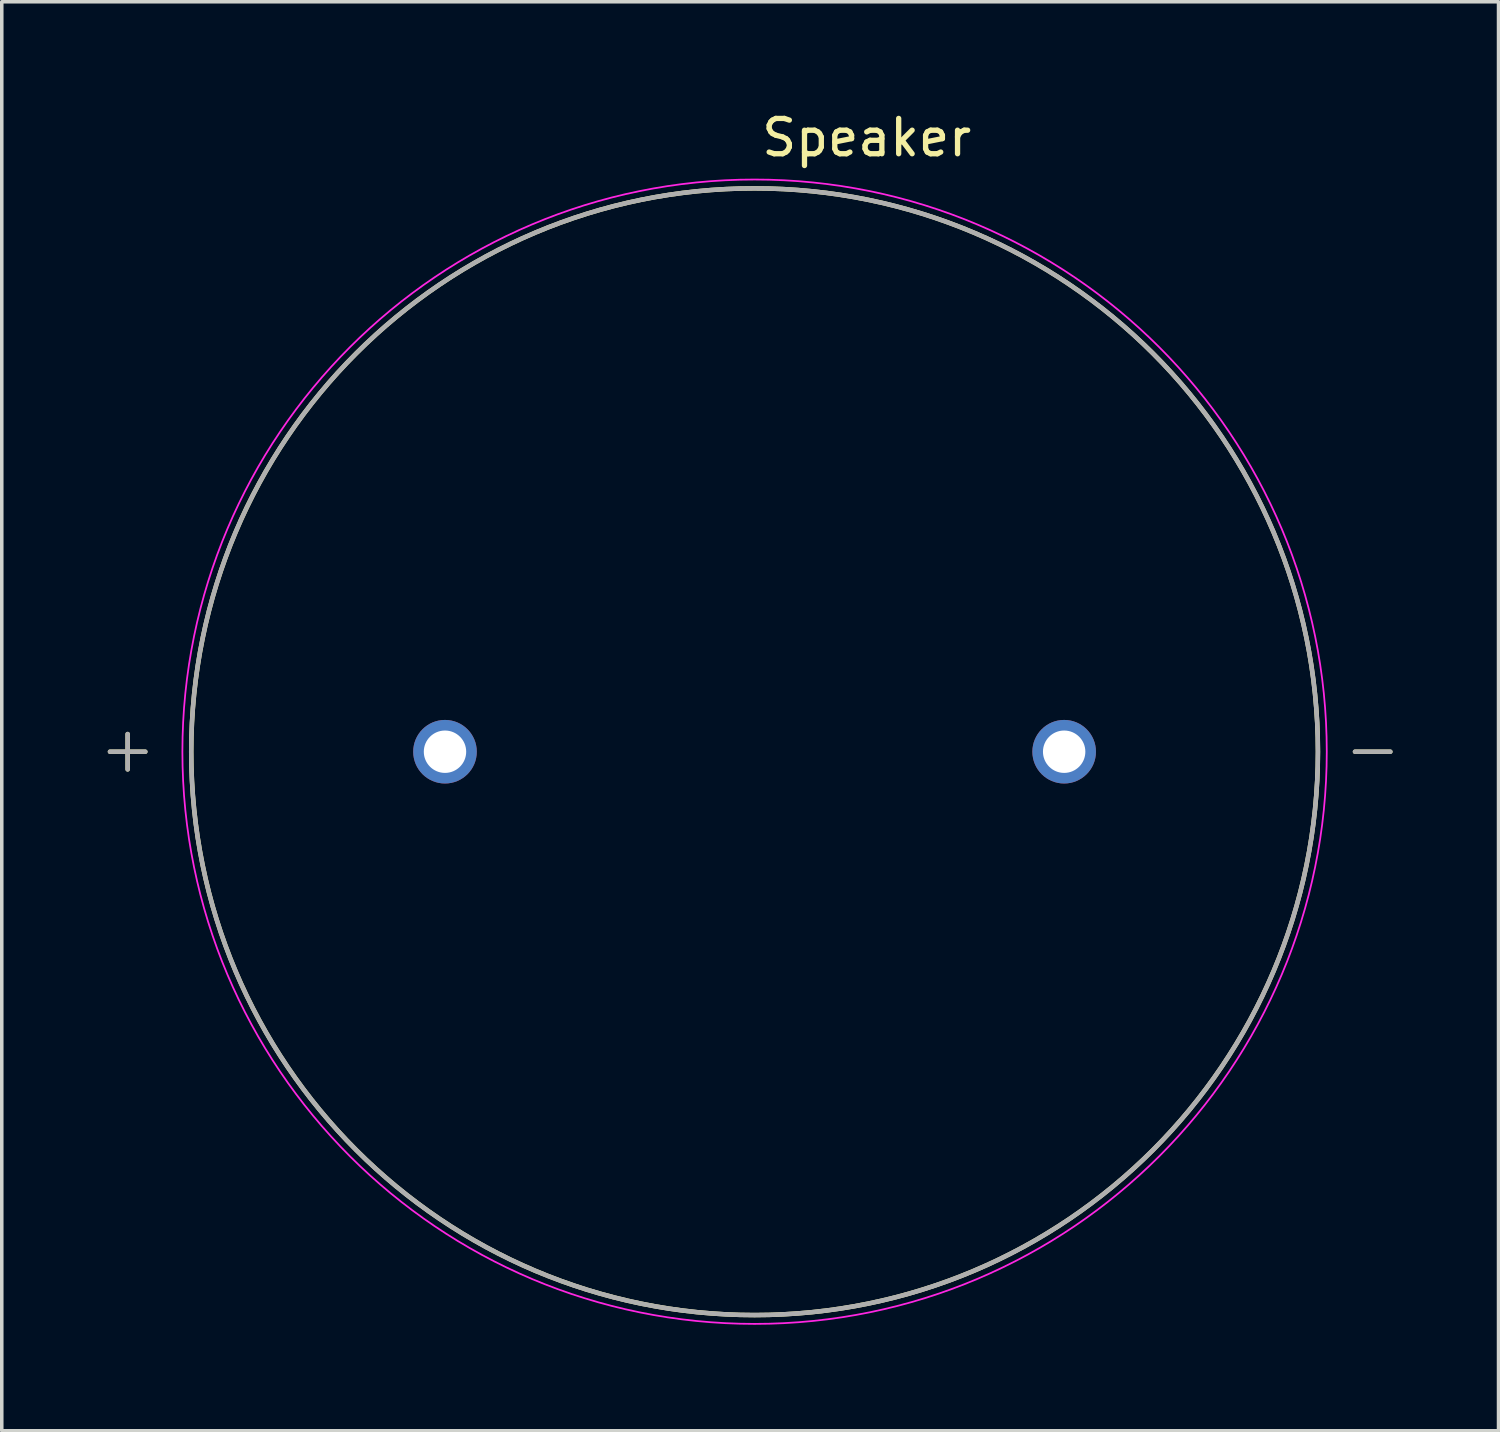
<source format=kicad_pcb>
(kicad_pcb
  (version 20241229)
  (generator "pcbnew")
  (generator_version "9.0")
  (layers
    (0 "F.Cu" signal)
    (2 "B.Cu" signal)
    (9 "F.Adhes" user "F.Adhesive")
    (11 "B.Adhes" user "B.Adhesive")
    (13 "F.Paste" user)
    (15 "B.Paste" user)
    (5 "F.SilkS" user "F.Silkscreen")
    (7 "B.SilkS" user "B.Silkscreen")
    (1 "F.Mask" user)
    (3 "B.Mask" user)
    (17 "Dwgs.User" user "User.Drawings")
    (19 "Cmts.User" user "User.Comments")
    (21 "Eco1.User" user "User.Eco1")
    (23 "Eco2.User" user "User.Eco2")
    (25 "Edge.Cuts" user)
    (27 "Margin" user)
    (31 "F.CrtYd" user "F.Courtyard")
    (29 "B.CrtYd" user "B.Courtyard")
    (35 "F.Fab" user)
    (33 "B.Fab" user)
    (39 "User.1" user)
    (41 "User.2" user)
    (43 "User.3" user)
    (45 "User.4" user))
  (footprint "Speaker"
    (layer "F.Cu")
    (at 18.314 18.233)
    (property "Reference" "Speaker" (at 3.175 -17.385 0) (layer "F.SilkS") (effects (font (size 1 1) (thickness 0.15))))
    (attr through_hole)
    (fp_line (start -18.25 0) (end -17.25 0) (stroke (width 0.127) (type solid)) (layer "F.SilkS"))
    (fp_line (start -17.75 -0.5) (end -17.75 0.5) (stroke (width 0.127) (type solid)) (layer "F.SilkS"))
    (fp_line (start 17 0) (end 18 0) (stroke (width 0.127) (type solid)) (layer "F.SilkS"))
    (fp_circle (center 0 0) (end 15.95 0) (stroke (width 0.127) (type solid)) (fill no) (layer "F.SilkS"))
    (fp_circle (center 0 0) (end 16.2 0) (stroke (width 0.05) (type solid)) (fill no) (layer "F.CrtYd"))
    (fp_line (start -18.25 0) (end -17.25 0) (stroke (width 0.127) (type solid)) (layer "F.Fab"))
    (fp_line (start -17.75 -0.5) (end -17.75 0.5) (stroke (width 0.127) (type solid)) (layer "F.Fab"))
    (fp_line (start 17 0) (end 18 0) (stroke (width 0.127) (type solid)) (layer "F.Fab"))
    (fp_circle (center 0 0) (end 15.95 0) (stroke (width 0.127) (type solid)) (fill no) (layer "F.Fab"))
    (pad "N" thru_hole circle (at 8.765 0) (size 1.8 1.8) (drill 1.2) (layers "*.Cu" "*.Mask"))
    (pad "P" thru_hole circle (at -8.765 0) (size 1.8 1.8) (drill 1.2) (layers "*.Cu" "*.Mask")))
  (gr_rect
    (start -3 -3)
    (end 39.377 37.458)
    (stroke (width 0.1) (type default))
    (fill no)
    (layer "Edge.Cuts")))
</source>
